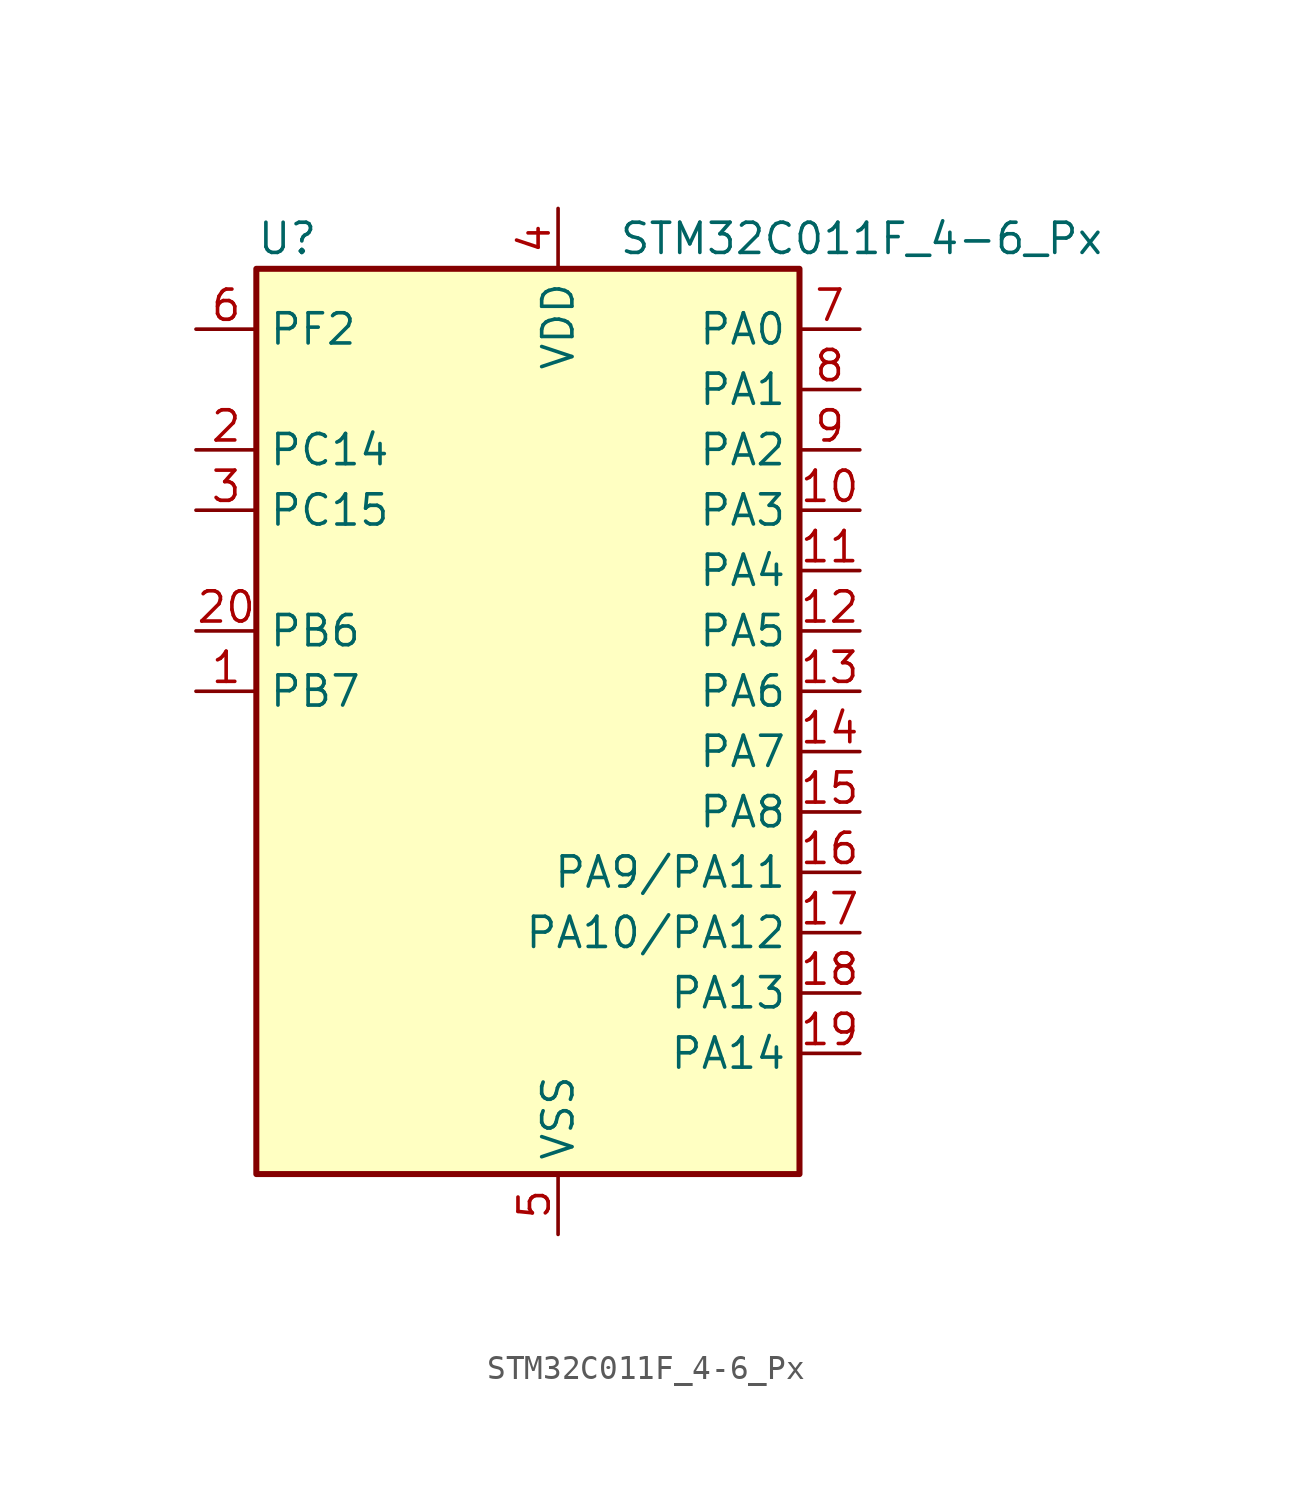
<source format=kicad_sym>
(kicad_symbol_lib
  (version 20220914)
  (generator kicad_symbol_editor)
  (symbol "STM32C011F_4-6_Px"
    (property "Reference" "U"
      (at -10.16 21.59 0)
      (effects (font (size 1.27 1.27)) (justify left)))
    (property "Value" "STM32C011F_4-6_Px"
      (at 5.08 21.59 0)
      (effects (font (size 1.27 1.27)) (justify left)))
    (property "ki_locked" ""
      (at 0 0 0)
      (effects (font (size 1.27 1.27))))
    (symbol "STM32C011F_4-6_Px_0_1"
      (rectangle (start -10.16 -17.78) (end 12.7 20.32) (stroke (width 0.254) (type default)) (fill (type background))))
    (symbol "STM32C011F_4-6_Px_1_1"
      (pin bidirectional line (at -12.7 2.54 0) (length 2.54) (name "PB7" (effects (font (size 1.27 1.27)))) (number "1" (effects (font (size 1.27 1.27)))) (alternate "I2C1_SCL" bidirectional line) (alternate "I2C1_SDA" bidirectional line) (alternate "RTC_REFIN" bidirectional line) (alternate "TIM16_CH1" bidirectional line) (alternate "TIM17_CH1N" bidirectional line) (alternate "TIM1_CH4" bidirectional line) (alternate "TIM3_CH1" bidirectional line) (alternate "TIM3_CH4" bidirectional line) (alternate "USART1_RX" bidirectional line) (alternate "USART2_CTS" bidirectional line) (alternate "USART2_NSS" bidirectional line))
      (pin bidirectional line (at 15.24 10.16 180) (length 2.54) (name "PA3" (effects (font (size 1.27 1.27)))) (number "10" (effects (font (size 1.27 1.27)))) (alternate "ADC1_IN3" bidirectional line) (alternate "TIM1_CH1N" bidirectional line) (alternate "TIM1_CH4" bidirectional line) (alternate "USART2_RX" bidirectional line))
      (pin bidirectional line (at 15.24 7.62 180) (length 2.54) (name "PA4" (effects (font (size 1.27 1.27)))) (number "11" (effects (font (size 1.27 1.27)))) (alternate "ADC1_IN4" bidirectional line) (alternate "I2S1_WS" bidirectional line) (alternate "PWR_WKUP2" bidirectional line) (alternate "RTC_OUT1" bidirectional line) (alternate "RTC_TS" bidirectional line) (alternate "SPI1_NSS" bidirectional line) (alternate "TIM14_CH1" bidirectional line) (alternate "TIM17_CH1N" bidirectional line) (alternate "TIM1_CH2N" bidirectional line) (alternate "USART2_TX" bidirectional line))
      (pin bidirectional line (at 15.24 5.08 180) (length 2.54) (name "PA5" (effects (font (size 1.27 1.27)))) (number "12" (effects (font (size 1.27 1.27)))) (alternate "ADC1_IN5" bidirectional line) (alternate "I2S1_CK" bidirectional line) (alternate "SPI1_SCK" bidirectional line) (alternate "TIM1_CH1" bidirectional line) (alternate "TIM1_CH3N" bidirectional line) (alternate "USART2_RX" bidirectional line))
      (pin bidirectional line (at 15.24 2.54 180) (length 2.54) (name "PA6" (effects (font (size 1.27 1.27)))) (number "13" (effects (font (size 1.27 1.27)))) (alternate "ADC1_IN6" bidirectional line) (alternate "I2S1_MCK" bidirectional line) (alternate "SPI1_MISO" bidirectional line) (alternate "TIM16_CH1" bidirectional line) (alternate "TIM1_BKIN" bidirectional line) (alternate "TIM3_CH1" bidirectional line))
      (pin bidirectional line (at 15.24 0 180) (length 2.54) (name "PA7" (effects (font (size 1.27 1.27)))) (number "14" (effects (font (size 1.27 1.27)))) (alternate "ADC1_IN7" bidirectional line) (alternate "I2S1_SD" bidirectional line) (alternate "SPI1_MOSI" bidirectional line) (alternate "TIM14_CH1" bidirectional line) (alternate "TIM17_CH1" bidirectional line) (alternate "TIM1_CH1N" bidirectional line) (alternate "TIM3_CH2" bidirectional line))
      (pin bidirectional line (at 15.24 -2.54 180) (length 2.54) (name "PA8" (effects (font (size 1.27 1.27)))) (number "15" (effects (font (size 1.27 1.27)))) (alternate "ADC1_IN8" bidirectional line) (alternate "I2S1_WS" bidirectional line) (alternate "RCC_MCO" bidirectional line) (alternate "RCC_MCO_2" bidirectional line) (alternate "SPI1_NSS" bidirectional line) (alternate "TIM14_CH1" bidirectional line) (alternate "TIM1_CH1" bidirectional line) (alternate "TIM1_CH2N" bidirectional line) (alternate "TIM1_CH3N" bidirectional line) (alternate "TIM3_CH3" bidirectional line) (alternate "TIM3_CH4" bidirectional line) (alternate "USART1_RX" bidirectional line) (alternate "USART2_TX" bidirectional line))
      (pin bidirectional line (at 15.24 -5.08 180) (length 2.54) (name "PA9/PA11" (effects (font (size 1.27 1.27)))) (number "16" (effects (font (size 1.27 1.27)))) (alternate "I2C1_SCL" bidirectional line) (alternate "RCC_MCO" bidirectional line) (alternate "TIM1_CH2" bidirectional line) (alternate "TIM3_ETR" bidirectional line) (alternate "USART1_TX" bidirectional line))
      (pin bidirectional line (at 15.24 -7.62 180) (length 2.54) (name "PA10/PA12" (effects (font (size 1.27 1.27)))) (number "17" (effects (font (size 1.27 1.27)))) (alternate "I2C1_SDA" bidirectional line) (alternate "RCC_MCO_2" bidirectional line) (alternate "TIM17_BKIN" bidirectional line) (alternate "TIM1_CH3" bidirectional line) (alternate "USART1_RX" bidirectional line))
      (pin bidirectional line (at 15.24 -10.16 180) (length 2.54) (name "PA13" (effects (font (size 1.27 1.27)))) (number "18" (effects (font (size 1.27 1.27)))) (alternate "ADC1_IN13" bidirectional line) (alternate "DEBUG_SWDIO" bidirectional line) (alternate "IR_OUT" bidirectional line) (alternate "TIM3_ETR" bidirectional line) (alternate "USART2_RX" bidirectional line))
      (pin bidirectional line (at 15.24 -12.7 180) (length 2.54) (name "PA14" (effects (font (size 1.27 1.27)))) (number "19" (effects (font (size 1.27 1.27)))) (alternate "ADC1_IN14" bidirectional line) (alternate "DEBUG_SWCLK" bidirectional line) (alternate "I2S1_WS" bidirectional line) (alternate "RCC_MCO_2" bidirectional line) (alternate "SPI1_NSS" bidirectional line) (alternate "TIM1_CH1" bidirectional line) (alternate "USART1_CK" bidirectional line) (alternate "USART1_DE" bidirectional line) (alternate "USART1_RTS" bidirectional line) (alternate "USART2_RX" bidirectional line) (alternate "USART2_TX" bidirectional line))
      (pin bidirectional line (at -12.7 12.7 0) (length 2.54) (name "PC14" (effects (font (size 1.27 1.27)))) (number "2" (effects (font (size 1.27 1.27)))) (alternate "I2C1_SDA" bidirectional line) (alternate "IR_OUT" bidirectional line) (alternate "RCC_OSCX_IN" bidirectional line) (alternate "TIM17_CH1" bidirectional line) (alternate "TIM1_BKIN2" bidirectional line) (alternate "TIM1_ETR" bidirectional line) (alternate "TIM3_CH2" bidirectional line) (alternate "USART1_TX" bidirectional line) (alternate "USART2_CK" bidirectional line) (alternate "USART2_DE" bidirectional line) (alternate "USART2_RTS" bidirectional line))
      (pin bidirectional line (at -12.7 5.08 0) (length 2.54) (name "PB6" (effects (font (size 1.27 1.27)))) (number "20" (effects (font (size 1.27 1.27)))) (alternate "I2C1_SCL" bidirectional line) (alternate "I2C1_SMBA" bidirectional line) (alternate "I2S1_CK" bidirectional line) (alternate "I2S1_MCK" bidirectional line) (alternate "I2S1_SD" bidirectional line) (alternate "PWR_WKUP3" bidirectional line) (alternate "SPI1_MISO" bidirectional line) (alternate "SPI1_MOSI" bidirectional line) (alternate "SPI1_SCK" bidirectional line) (alternate "TIM16_BKIN" bidirectional line) (alternate "TIM16_CH1N" bidirectional line) (alternate "TIM17_BKIN" bidirectional line) (alternate "TIM1_CH2" bidirectional line) (alternate "TIM1_CH3" bidirectional line) (alternate "TIM3_CH1" bidirectional line) (alternate "TIM3_CH2" bidirectional line) (alternate "TIM3_CH3" bidirectional line) (alternate "USART1_CK" bidirectional line) (alternate "USART1_CTS" bidirectional line) (alternate "USART1_DE" bidirectional line) (alternate "USART1_NSS" bidirectional line) (alternate "USART1_RTS" bidirectional line) (alternate "USART1_TX" bidirectional line))
      (pin bidirectional line (at -12.7 10.16 0) (length 2.54) (name "PC15" (effects (font (size 1.27 1.27)))) (number "3" (effects (font (size 1.27 1.27)))) (alternate "RCC_OSC32_EN" bidirectional line) (alternate "RCC_OSCX_OUT" bidirectional line) (alternate "RCC_OSC_EN" bidirectional line) (alternate "TIM1_ETR" bidirectional line) (alternate "TIM3_CH3" bidirectional line))
      (pin power_in line (at 2.54 22.86 270) (length 2.54) (name "VDD" (effects (font (size 1.27 1.27)))) (number "4" (effects (font (size 1.27 1.27)))))
      (pin power_in line (at 2.54 -20.32 90) (length 2.54) (name "VSS" (effects (font (size 1.27 1.27)))) (number "5" (effects (font (size 1.27 1.27)))))
      (pin bidirectional line (at -12.7 17.78 0) (length 2.54) (name "PF2" (effects (font (size 1.27 1.27)))) (number "6" (effects (font (size 1.27 1.27)))) (alternate "RCC_MCO" bidirectional line) (alternate "TIM1_CH4" bidirectional line))
      (pin bidirectional line (at 15.24 17.78 180) (length 2.54) (name "PA0" (effects (font (size 1.27 1.27)))) (number "7" (effects (font (size 1.27 1.27)))) (alternate "ADC1_IN0" bidirectional line) (alternate "PWR_WKUP1" bidirectional line) (alternate "TIM16_CH1" bidirectional line) (alternate "TIM1_CH1" bidirectional line) (alternate "USART1_TX" bidirectional line) (alternate "USART2_CTS" bidirectional line) (alternate "USART2_NSS" bidirectional line))
      (pin bidirectional line (at 15.24 15.24 180) (length 2.54) (name "PA1" (effects (font (size 1.27 1.27)))) (number "8" (effects (font (size 1.27 1.27)))) (alternate "ADC1_IN1" bidirectional line) (alternate "I2C1_SMBA" bidirectional line) (alternate "I2S1_CK" bidirectional line) (alternate "SPI1_SCK" bidirectional line) (alternate "TIM17_CH1" bidirectional line) (alternate "TIM1_CH2" bidirectional line) (alternate "USART1_RX" bidirectional line) (alternate "USART2_CK" bidirectional line) (alternate "USART2_DE" bidirectional line) (alternate "USART2_RTS" bidirectional line))
      (pin bidirectional line (at 15.24 12.7 180) (length 2.54) (name "PA2" (effects (font (size 1.27 1.27)))) (number "9" (effects (font (size 1.27 1.27)))) (alternate "ADC1_IN2" bidirectional line) (alternate "I2S1_SD" bidirectional line) (alternate "PWR_WKUP4" bidirectional line) (alternate "RCC_LSCO" bidirectional line) (alternate "SPI1_MOSI" bidirectional line) (alternate "TIM16_CH1N" bidirectional line) (alternate "TIM1_CH3" bidirectional line) (alternate "TIM3_ETR" bidirectional line) (alternate "USART2_TX" bidirectional line)))))
</source>
